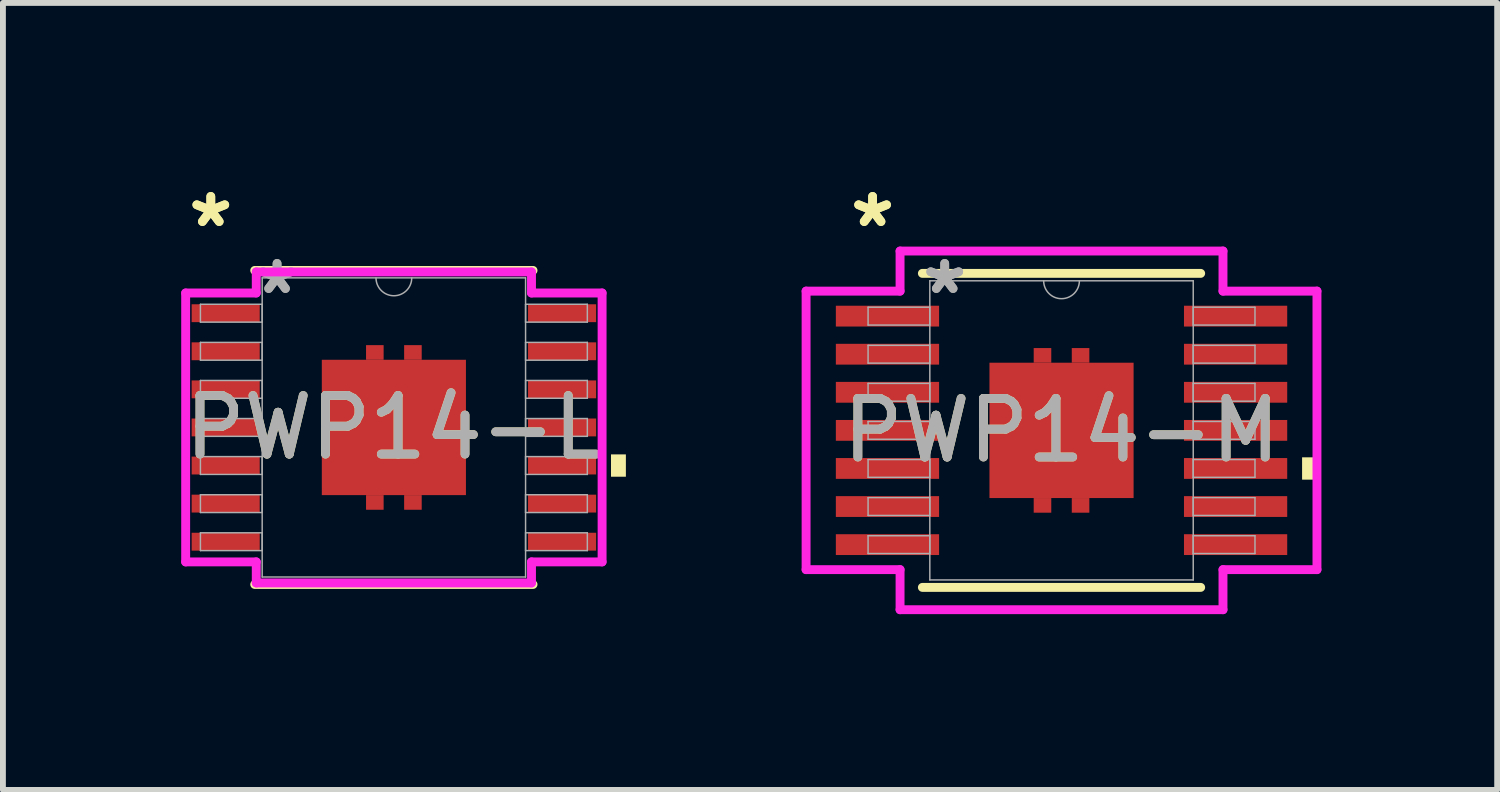
<source format=kicad_pcb>
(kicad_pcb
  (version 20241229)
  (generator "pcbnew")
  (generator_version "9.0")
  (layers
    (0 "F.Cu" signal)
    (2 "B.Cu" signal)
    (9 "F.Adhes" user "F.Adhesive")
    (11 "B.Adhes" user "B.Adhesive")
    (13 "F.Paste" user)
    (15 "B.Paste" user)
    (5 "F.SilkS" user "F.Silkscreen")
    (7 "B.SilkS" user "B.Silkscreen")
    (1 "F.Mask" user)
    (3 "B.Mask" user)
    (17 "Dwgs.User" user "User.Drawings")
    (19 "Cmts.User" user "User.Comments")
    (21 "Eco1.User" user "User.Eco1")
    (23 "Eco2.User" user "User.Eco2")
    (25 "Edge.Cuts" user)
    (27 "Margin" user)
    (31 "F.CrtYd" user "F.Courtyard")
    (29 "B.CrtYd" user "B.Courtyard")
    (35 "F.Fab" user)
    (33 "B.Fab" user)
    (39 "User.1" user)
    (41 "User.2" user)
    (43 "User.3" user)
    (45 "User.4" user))
  (footprint "PWP14-M"
    (layer "F.Cu")
    (at 15.069 4.296)
    (property "Reference" "PWP14-M" (at 0 0 0) (unlocked yes) (layer "F.SilkS") (effects (font (size 1 1) (thickness 0.15))))
    (attr smd)
    (fp_poly (pts (xy -0.175 -1.155) (xy -0.175 -1.405) (xy -0.475 -1.405) (xy -0.475 -1.155)) (stroke (width 0) (type solid)) (fill yes) (layer "F.Cu"))
    (fp_poly (pts (xy -0.175 1.155) (xy -0.175 1.405) (xy -0.475 1.405) (xy -0.475 1.155)) (stroke (width 0) (type solid)) (fill yes) (layer "F.Cu"))
    (fp_poly (pts (xy 0.175 -1.155) (xy 0.175 -1.405) (xy 0.475 -1.405) (xy 0.475 -1.155)) (stroke (width 0) (type solid)) (fill yes) (layer "F.Cu"))
    (fp_poly (pts (xy 0.175 1.155) (xy 0.175 1.405) (xy 0.475 1.405) (xy 0.475 1.155)) (stroke (width 0) (type solid)) (fill yes) (layer "F.Cu"))
    (fp_poly (pts (xy -0.175 -1.155) (xy -0.175 -1.405) (xy -0.475 -1.405) (xy -0.475 -1.155)) (stroke (width 0) (type solid)) (fill yes) (layer "F.Mask"))
    (fp_poly (pts (xy -0.175 1.155) (xy -0.175 1.405) (xy -0.475 1.405) (xy -0.475 1.155)) (stroke (width 0) (type solid)) (fill yes) (layer "F.Mask"))
    (fp_poly (pts (xy 0.175 -1.155) (xy 0.175 -1.405) (xy 0.475 -1.405) (xy 0.475 -1.155)) (stroke (width 0) (type solid)) (fill yes) (layer "F.Mask"))
    (fp_poly (pts (xy 0.175 1.155) (xy 0.175 1.405) (xy 0.475 1.405) (xy 0.475 1.155)) (stroke (width 0) (type solid)) (fill yes) (layer "F.Mask"))
    (fp_line (start -2.375 2.68) (end 2.375 2.68) (stroke (width 0.152) (type solid)) (layer "F.SilkS"))
    (fp_line (start 2.375 -2.68) (end -2.375 -2.68) (stroke (width 0.152) (type solid)) (layer "F.SilkS"))
    (fp_poly (pts (xy 4.36 0.46) (xy 4.36 0.841) (xy 4.106 0.841) (xy 4.106 0.46)) (stroke (width 0) (type solid)) (fill yes) (layer "F.SilkS"))
    (fp_line (start -4.36 -2.377) (end -2.756 -2.377) (stroke (width 0.152) (type solid)) (layer "F.CrtYd"))
    (fp_line (start -4.36 2.377) (end -4.36 -2.377) (stroke (width 0.152) (type solid)) (layer "F.CrtYd"))
    (fp_line (start -4.36 2.377) (end -2.756 2.377) (stroke (width 0.152) (type solid)) (layer "F.CrtYd"))
    (fp_line (start -2.756 -3.061) (end 2.756 -3.061) (stroke (width 0.152) (type solid)) (layer "F.CrtYd"))
    (fp_line (start -2.756 -2.377) (end -2.756 -3.061) (stroke (width 0.152) (type solid)) (layer "F.CrtYd"))
    (fp_line (start -2.756 3.061) (end -2.756 2.377) (stroke (width 0.152) (type solid)) (layer "F.CrtYd"))
    (fp_line (start 2.756 -3.061) (end 2.756 -2.377) (stroke (width 0.152) (type solid)) (layer "F.CrtYd"))
    (fp_line (start 2.756 2.377) (end 2.756 3.061) (stroke (width 0.152) (type solid)) (layer "F.CrtYd"))
    (fp_line (start 2.756 3.061) (end -2.756 3.061) (stroke (width 0.152) (type solid)) (layer "F.CrtYd"))
    (fp_line (start 4.36 -2.377) (end 2.756 -2.377) (stroke (width 0.152) (type solid)) (layer "F.CrtYd"))
    (fp_line (start 4.36 -2.377) (end 4.36 2.377) (stroke (width 0.152) (type solid)) (layer "F.CrtYd"))
    (fp_line (start 4.36 2.377) (end 2.756 2.377) (stroke (width 0.152) (type solid)) (layer "F.CrtYd"))
    (fp_line (start -3.302 -2.102) (end -3.302 -1.798) (stroke (width 0.025) (type solid)) (layer "F.Fab"))
    (fp_line (start -3.302 -1.798) (end -2.248 -1.798) (stroke (width 0.025) (type solid)) (layer "F.Fab"))
    (fp_line (start -3.302 -1.452) (end -3.302 -1.148) (stroke (width 0.025) (type solid)) (layer "F.Fab"))
    (fp_line (start -3.302 -1.148) (end -2.248 -1.148) (stroke (width 0.025) (type solid)) (layer "F.Fab"))
    (fp_line (start -3.302 -0.802) (end -3.302 -0.498) (stroke (width 0.025) (type solid)) (layer "F.Fab"))
    (fp_line (start -3.302 -0.498) (end -2.248 -0.498) (stroke (width 0.025) (type solid)) (layer "F.Fab"))
    (fp_line (start -3.302 -0.152) (end -3.302 0.152) (stroke (width 0.025) (type solid)) (layer "F.Fab"))
    (fp_line (start -3.302 0.152) (end -2.248 0.152) (stroke (width 0.025) (type solid)) (layer "F.Fab"))
    (fp_line (start -3.302 0.498) (end -3.302 0.802) (stroke (width 0.025) (type solid)) (layer "F.Fab"))
    (fp_line (start -3.302 0.802) (end -2.248 0.802) (stroke (width 0.025) (type solid)) (layer "F.Fab"))
    (fp_line (start -3.302 1.148) (end -3.302 1.452) (stroke (width 0.025) (type solid)) (layer "F.Fab"))
    (fp_line (start -3.302 1.452) (end -2.248 1.452) (stroke (width 0.025) (type solid)) (layer "F.Fab"))
    (fp_line (start -3.302 1.798) (end -3.302 2.102) (stroke (width 0.025) (type solid)) (layer "F.Fab"))
    (fp_line (start -3.302 2.102) (end -2.248 2.102) (stroke (width 0.025) (type solid)) (layer "F.Fab"))
    (fp_line (start -2.248 -2.553) (end -2.248 2.553) (stroke (width 0.025) (type solid)) (layer "F.Fab"))
    (fp_line (start -2.248 -2.102) (end -3.302 -2.102) (stroke (width 0.025) (type solid)) (layer "F.Fab"))
    (fp_line (start -2.248 -1.798) (end -2.248 -2.102) (stroke (width 0.025) (type solid)) (layer "F.Fab"))
    (fp_line (start -2.248 -1.452) (end -3.302 -1.452) (stroke (width 0.025) (type solid)) (layer "F.Fab"))
    (fp_line (start -2.248 -1.148) (end -2.248 -1.452) (stroke (width 0.025) (type solid)) (layer "F.Fab"))
    (fp_line (start -2.248 -0.802) (end -3.302 -0.802) (stroke (width 0.025) (type solid)) (layer "F.Fab"))
    (fp_line (start -2.248 -0.498) (end -2.248 -0.802) (stroke (width 0.025) (type solid)) (layer "F.Fab"))
    (fp_line (start -2.248 -0.152) (end -3.302 -0.152) (stroke (width 0.025) (type solid)) (layer "F.Fab"))
    (fp_line (start -2.248 0.152) (end -2.248 -0.152) (stroke (width 0.025) (type solid)) (layer "F.Fab"))
    (fp_line (start -2.248 0.498) (end -3.302 0.498) (stroke (width 0.025) (type solid)) (layer "F.Fab"))
    (fp_line (start -2.248 0.802) (end -2.248 0.498) (stroke (width 0.025) (type solid)) (layer "F.Fab"))
    (fp_line (start -2.248 1.148) (end -3.302 1.148) (stroke (width 0.025) (type solid)) (layer "F.Fab"))
    (fp_line (start -2.248 1.452) (end -2.248 1.148) (stroke (width 0.025) (type solid)) (layer "F.Fab"))
    (fp_line (start -2.248 1.798) (end -3.302 1.798) (stroke (width 0.025) (type solid)) (layer "F.Fab"))
    (fp_line (start -2.248 2.102) (end -2.248 1.798) (stroke (width 0.025) (type solid)) (layer "F.Fab"))
    (fp_line (start -2.248 2.553) (end 2.248 2.553) (stroke (width 0.025) (type solid)) (layer "F.Fab"))
    (fp_line (start 2.248 -2.553) (end -2.248 -2.553) (stroke (width 0.025) (type solid)) (layer "F.Fab"))
    (fp_line (start 2.248 -2.102) (end 2.248 -1.798) (stroke (width 0.025) (type solid)) (layer "F.Fab"))
    (fp_line (start 2.248 -1.798) (end 3.302 -1.798) (stroke (width 0.025) (type solid)) (layer "F.Fab"))
    (fp_line (start 2.248 -1.452) (end 2.248 -1.148) (stroke (width 0.025) (type solid)) (layer "F.Fab"))
    (fp_line (start 2.248 -1.148) (end 3.302 -1.148) (stroke (width 0.025) (type solid)) (layer "F.Fab"))
    (fp_line (start 2.248 -0.802) (end 2.248 -0.498) (stroke (width 0.025) (type solid)) (layer "F.Fab"))
    (fp_line (start 2.248 -0.498) (end 3.302 -0.498) (stroke (width 0.025) (type solid)) (layer "F.Fab"))
    (fp_line (start 2.248 -0.152) (end 2.248 0.152) (stroke (width 0.025) (type solid)) (layer "F.Fab"))
    (fp_line (start 2.248 0.152) (end 3.302 0.152) (stroke (width 0.025) (type solid)) (layer "F.Fab"))
    (fp_line (start 2.248 0.498) (end 2.248 0.802) (stroke (width 0.025) (type solid)) (layer "F.Fab"))
    (fp_line (start 2.248 0.802) (end 3.302 0.802) (stroke (width 0.025) (type solid)) (layer "F.Fab"))
    (fp_line (start 2.248 1.148) (end 2.248 1.452) (stroke (width 0.025) (type solid)) (layer "F.Fab"))
    (fp_line (start 2.248 1.452) (end 3.302 1.452) (stroke (width 0.025) (type solid)) (layer "F.Fab"))
    (fp_line (start 2.248 1.798) (end 2.248 2.102) (stroke (width 0.025) (type solid)) (layer "F.Fab"))
    (fp_line (start 2.248 2.102) (end 3.302 2.102) (stroke (width 0.025) (type solid)) (layer "F.Fab"))
    (fp_line (start 2.248 2.553) (end 2.248 -2.553) (stroke (width 0.025) (type solid)) (layer "F.Fab"))
    (fp_line (start 3.302 -2.102) (end 2.248 -2.102) (stroke (width 0.025) (type solid)) (layer "F.Fab"))
    (fp_line (start 3.302 -1.798) (end 3.302 -2.102) (stroke (width 0.025) (type solid)) (layer "F.Fab"))
    (fp_line (start 3.302 -1.452) (end 2.248 -1.452) (stroke (width 0.025) (type solid)) (layer "F.Fab"))
    (fp_line (start 3.302 -1.148) (end 3.302 -1.452) (stroke (width 0.025) (type solid)) (layer "F.Fab"))
    (fp_line (start 3.302 -0.802) (end 2.248 -0.802) (stroke (width 0.025) (type solid)) (layer "F.Fab"))
    (fp_line (start 3.302 -0.498) (end 3.302 -0.802) (stroke (width 0.025) (type solid)) (layer "F.Fab"))
    (fp_line (start 3.302 -0.152) (end 2.248 -0.152) (stroke (width 0.025) (type solid)) (layer "F.Fab"))
    (fp_line (start 3.302 0.152) (end 3.302 -0.152) (stroke (width 0.025) (type solid)) (layer "F.Fab"))
    (fp_line (start 3.302 0.498) (end 2.248 0.498) (stroke (width 0.025) (type solid)) (layer "F.Fab"))
    (fp_line (start 3.302 0.802) (end 3.302 0.498) (stroke (width 0.025) (type solid)) (layer "F.Fab"))
    (fp_line (start 3.302 1.148) (end 2.248 1.148) (stroke (width 0.025) (type solid)) (layer "F.Fab"))
    (fp_line (start 3.302 1.452) (end 3.302 1.148) (stroke (width 0.025) (type solid)) (layer "F.Fab"))
    (fp_line (start 3.302 1.798) (end 2.248 1.798) (stroke (width 0.025) (type solid)) (layer "F.Fab"))
    (fp_line (start 3.302 2.102) (end 3.302 1.798) (stroke (width 0.025) (type solid)) (layer "F.Fab"))
    (fp_arc (start 0.3048 -2.5527) (mid 0 -2.2479) (end -0.3048 -2.5527) (stroke (width 0.0254) (type solid)) (layer "F.Fab"))
    (fp_text user "*" (at -3.225 -3.448 0) (unlocked yes) (layer "F.SilkS") (effects (font (size 1 1) (thickness 0.15))))
    (fp_text user "*" (at -3.225 -3.448 0) (layer "F.SilkS") (effects (font (size 1 1) (thickness 0.15))))
    (fp_text user "${REFERENCE}" (at 0 0 0) (unlocked yes) (layer "F.Fab") (effects (font (size 1 1) (thickness 0.15))))
    (fp_text user "*" (at -1.994 -2.305 0) (layer "F.Fab") (effects (font (size 1 1) (thickness 0.15))))
    (fp_text user "*" (at -1.994 -2.305 0) (unlocked yes) (layer "F.Fab") (effects (font (size 1 1) (thickness 0.15))))
    (pad "1" smd rect (at -2.971 -1.95) (size 1.762 0.355) (layers "F.Cu" "F.Mask" "F.Paste"))
    (pad "2" smd rect (at -2.971 -1.3) (size 1.762 0.355) (layers "F.Cu" "F.Mask" "F.Paste"))
    (pad "3" smd rect (at -2.971 -0.65) (size 1.762 0.355) (layers "F.Cu" "F.Mask" "F.Paste"))
    (pad "4" smd rect (at -2.971 0) (size 1.762 0.355) (layers "F.Cu" "F.Mask" "F.Paste"))
    (pad "5" smd rect (at -2.971 0.65) (size 1.762 0.355) (layers "F.Cu" "F.Mask" "F.Paste"))
    (pad "6" smd rect (at -2.971 1.3) (size 1.762 0.355) (layers "F.Cu" "F.Mask" "F.Paste"))
    (pad "7" smd rect (at -2.971 1.95) (size 1.762 0.355) (layers "F.Cu" "F.Mask" "F.Paste"))
    (pad "8" smd rect (at 2.971 1.95) (size 1.762 0.355) (layers "F.Cu" "F.Mask" "F.Paste"))
    (pad "9" smd rect (at 2.971 1.3) (size 1.762 0.355) (layers "F.Cu" "F.Mask" "F.Paste"))
    (pad "10" smd rect (at 2.971 0.65) (size 1.762 0.355) (layers "F.Cu" "F.Mask" "F.Paste"))
    (pad "11" smd rect (at 2.971 0) (size 1.762 0.355) (layers "F.Cu" "F.Mask" "F.Paste"))
    (pad "12" smd rect (at 2.971 -0.65) (size 1.762 0.355) (layers "F.Cu" "F.Mask" "F.Paste"))
    (pad "13" smd rect (at 2.971 -1.3) (size 1.762 0.355) (layers "F.Cu" "F.Mask" "F.Paste"))
    (pad "14" smd rect (at 2.971 -1.95) (size 1.762 0.355) (layers "F.Cu" "F.Mask" "F.Paste"))
    (pad "15" smd rect (at 0 0) (size 2.46 2.31) (layers "F.Cu" "F.Mask" "F.Paste")))
  (footprint "PWP14-L"
    (layer "F.Cu")
    (at 3.673 4.246)
    (property "Reference" "PWP14-L" (at 0 0 0) (unlocked yes) (layer "F.SilkS") (effects (font (size 1 1) (thickness 0.15))))
    (attr smd)
    (fp_poly (pts (xy -0.175 -1.155) (xy -0.175 -1.405) (xy -0.475 -1.405) (xy -0.475 -1.155)) (stroke (width 0) (type solid)) (fill yes) (layer "F.Cu"))
    (fp_poly (pts (xy -0.175 1.155) (xy -0.175 1.405) (xy -0.475 1.405) (xy -0.475 1.155)) (stroke (width 0) (type solid)) (fill yes) (layer "F.Cu"))
    (fp_poly (pts (xy 0.175 -1.155) (xy 0.175 -1.405) (xy 0.475 -1.405) (xy 0.475 -1.155)) (stroke (width 0) (type solid)) (fill yes) (layer "F.Cu"))
    (fp_poly (pts (xy 0.175 1.155) (xy 0.175 1.405) (xy 0.475 1.405) (xy 0.475 1.155)) (stroke (width 0) (type solid)) (fill yes) (layer "F.Cu"))
    (fp_poly (pts (xy -0.175 -1.155) (xy -0.175 -1.405) (xy -0.475 -1.405) (xy -0.475 -1.155)) (stroke (width 0) (type solid)) (fill yes) (layer "F.Mask"))
    (fp_poly (pts (xy -0.175 1.155) (xy -0.175 1.405) (xy -0.475 1.405) (xy -0.475 1.155)) (stroke (width 0) (type solid)) (fill yes) (layer "F.Mask"))
    (fp_poly (pts (xy 0.175 -1.155) (xy 0.175 -1.405) (xy 0.475 -1.405) (xy 0.475 -1.155)) (stroke (width 0) (type solid)) (fill yes) (layer "F.Mask"))
    (fp_poly (pts (xy 0.175 1.155) (xy 0.175 1.405) (xy 0.475 1.405) (xy 0.475 1.155)) (stroke (width 0) (type solid)) (fill yes) (layer "F.Mask"))
    (fp_line (start -2.375 2.68) (end 2.375 2.68) (stroke (width 0.152) (type solid)) (layer "F.SilkS"))
    (fp_line (start 2.375 -2.68) (end -2.375 -2.68) (stroke (width 0.152) (type solid)) (layer "F.SilkS"))
    (fp_poly (pts (xy 3.96 0.46) (xy 3.96 0.841) (xy 3.706 0.841) (xy 3.706 0.46)) (stroke (width 0) (type solid)) (fill yes) (layer "F.SilkS"))
    (fp_line (start -3.554 -2.295) (end -2.349 -2.295) (stroke (width 0.152) (type solid)) (layer "F.CrtYd"))
    (fp_line (start -3.554 2.295) (end -3.554 -2.295) (stroke (width 0.152) (type solid)) (layer "F.CrtYd"))
    (fp_line (start -3.554 2.295) (end -2.349 2.295) (stroke (width 0.152) (type solid)) (layer "F.CrtYd"))
    (fp_line (start -2.349 -2.654) (end 2.349 -2.654) (stroke (width 0.152) (type solid)) (layer "F.CrtYd"))
    (fp_line (start -2.349 -2.295) (end -2.349 -2.654) (stroke (width 0.152) (type solid)) (layer "F.CrtYd"))
    (fp_line (start -2.349 2.654) (end -2.349 2.295) (stroke (width 0.152) (type solid)) (layer "F.CrtYd"))
    (fp_line (start 2.349 -2.654) (end 2.349 -2.295) (stroke (width 0.152) (type solid)) (layer "F.CrtYd"))
    (fp_line (start 2.349 2.295) (end 2.349 2.654) (stroke (width 0.152) (type solid)) (layer "F.CrtYd"))
    (fp_line (start 2.349 2.654) (end -2.349 2.654) (stroke (width 0.152) (type solid)) (layer "F.CrtYd"))
    (fp_line (start 3.554 -2.295) (end 2.349 -2.295) (stroke (width 0.152) (type solid)) (layer "F.CrtYd"))
    (fp_line (start 3.554 -2.295) (end 3.554 2.295) (stroke (width 0.152) (type solid)) (layer "F.CrtYd"))
    (fp_line (start 3.554 2.295) (end 2.349 2.295) (stroke (width 0.152) (type solid)) (layer "F.CrtYd"))
    (fp_line (start -3.302 -2.102) (end -3.302 -1.798) (stroke (width 0.025) (type solid)) (layer "F.Fab"))
    (fp_line (start -3.302 -1.798) (end -2.248 -1.798) (stroke (width 0.025) (type solid)) (layer "F.Fab"))
    (fp_line (start -3.302 -1.452) (end -3.302 -1.148) (stroke (width 0.025) (type solid)) (layer "F.Fab"))
    (fp_line (start -3.302 -1.148) (end -2.248 -1.148) (stroke (width 0.025) (type solid)) (layer "F.Fab"))
    (fp_line (start -3.302 -0.802) (end -3.302 -0.498) (stroke (width 0.025) (type solid)) (layer "F.Fab"))
    (fp_line (start -3.302 -0.498) (end -2.248 -0.498) (stroke (width 0.025) (type solid)) (layer "F.Fab"))
    (fp_line (start -3.302 -0.152) (end -3.302 0.152) (stroke (width 0.025) (type solid)) (layer "F.Fab"))
    (fp_line (start -3.302 0.152) (end -2.248 0.152) (stroke (width 0.025) (type solid)) (layer "F.Fab"))
    (fp_line (start -3.302 0.498) (end -3.302 0.802) (stroke (width 0.025) (type solid)) (layer "F.Fab"))
    (fp_line (start -3.302 0.802) (end -2.248 0.802) (stroke (width 0.025) (type solid)) (layer "F.Fab"))
    (fp_line (start -3.302 1.148) (end -3.302 1.452) (stroke (width 0.025) (type solid)) (layer "F.Fab"))
    (fp_line (start -3.302 1.452) (end -2.248 1.452) (stroke (width 0.025) (type solid)) (layer "F.Fab"))
    (fp_line (start -3.302 1.798) (end -3.302 2.102) (stroke (width 0.025) (type solid)) (layer "F.Fab"))
    (fp_line (start -3.302 2.102) (end -2.248 2.102) (stroke (width 0.025) (type solid)) (layer "F.Fab"))
    (fp_line (start -2.248 -2.553) (end -2.248 2.553) (stroke (width 0.025) (type solid)) (layer "F.Fab"))
    (fp_line (start -2.248 -2.102) (end -3.302 -2.102) (stroke (width 0.025) (type solid)) (layer "F.Fab"))
    (fp_line (start -2.248 -1.798) (end -2.248 -2.102) (stroke (width 0.025) (type solid)) (layer "F.Fab"))
    (fp_line (start -2.248 -1.452) (end -3.302 -1.452) (stroke (width 0.025) (type solid)) (layer "F.Fab"))
    (fp_line (start -2.248 -1.148) (end -2.248 -1.452) (stroke (width 0.025) (type solid)) (layer "F.Fab"))
    (fp_line (start -2.248 -0.802) (end -3.302 -0.802) (stroke (width 0.025) (type solid)) (layer "F.Fab"))
    (fp_line (start -2.248 -0.498) (end -2.248 -0.802) (stroke (width 0.025) (type solid)) (layer "F.Fab"))
    (fp_line (start -2.248 -0.152) (end -3.302 -0.152) (stroke (width 0.025) (type solid)) (layer "F.Fab"))
    (fp_line (start -2.248 0.152) (end -2.248 -0.152) (stroke (width 0.025) (type solid)) (layer "F.Fab"))
    (fp_line (start -2.248 0.498) (end -3.302 0.498) (stroke (width 0.025) (type solid)) (layer "F.Fab"))
    (fp_line (start -2.248 0.802) (end -2.248 0.498) (stroke (width 0.025) (type solid)) (layer "F.Fab"))
    (fp_line (start -2.248 1.148) (end -3.302 1.148) (stroke (width 0.025) (type solid)) (layer "F.Fab"))
    (fp_line (start -2.248 1.452) (end -2.248 1.148) (stroke (width 0.025) (type solid)) (layer "F.Fab"))
    (fp_line (start -2.248 1.798) (end -3.302 1.798) (stroke (width 0.025) (type solid)) (layer "F.Fab"))
    (fp_line (start -2.248 2.102) (end -2.248 1.798) (stroke (width 0.025) (type solid)) (layer "F.Fab"))
    (fp_line (start -2.248 2.553) (end 2.248 2.553) (stroke (width 0.025) (type solid)) (layer "F.Fab"))
    (fp_line (start 2.248 -2.553) (end -2.248 -2.553) (stroke (width 0.025) (type solid)) (layer "F.Fab"))
    (fp_line (start 2.248 -2.102) (end 2.248 -1.798) (stroke (width 0.025) (type solid)) (layer "F.Fab"))
    (fp_line (start 2.248 -1.798) (end 3.302 -1.798) (stroke (width 0.025) (type solid)) (layer "F.Fab"))
    (fp_line (start 2.248 -1.452) (end 2.248 -1.148) (stroke (width 0.025) (type solid)) (layer "F.Fab"))
    (fp_line (start 2.248 -1.148) (end 3.302 -1.148) (stroke (width 0.025) (type solid)) (layer "F.Fab"))
    (fp_line (start 2.248 -0.802) (end 2.248 -0.498) (stroke (width 0.025) (type solid)) (layer "F.Fab"))
    (fp_line (start 2.248 -0.498) (end 3.302 -0.498) (stroke (width 0.025) (type solid)) (layer "F.Fab"))
    (fp_line (start 2.248 -0.152) (end 2.248 0.152) (stroke (width 0.025) (type solid)) (layer "F.Fab"))
    (fp_line (start 2.248 0.152) (end 3.302 0.152) (stroke (width 0.025) (type solid)) (layer "F.Fab"))
    (fp_line (start 2.248 0.498) (end 2.248 0.802) (stroke (width 0.025) (type solid)) (layer "F.Fab"))
    (fp_line (start 2.248 0.802) (end 3.302 0.802) (stroke (width 0.025) (type solid)) (layer "F.Fab"))
    (fp_line (start 2.248 1.148) (end 2.248 1.452) (stroke (width 0.025) (type solid)) (layer "F.Fab"))
    (fp_line (start 2.248 1.452) (end 3.302 1.452) (stroke (width 0.025) (type solid)) (layer "F.Fab"))
    (fp_line (start 2.248 1.798) (end 2.248 2.102) (stroke (width 0.025) (type solid)) (layer "F.Fab"))
    (fp_line (start 2.248 2.102) (end 3.302 2.102) (stroke (width 0.025) (type solid)) (layer "F.Fab"))
    (fp_line (start 2.248 2.553) (end 2.248 -2.553) (stroke (width 0.025) (type solid)) (layer "F.Fab"))
    (fp_line (start 3.302 -2.102) (end 2.248 -2.102) (stroke (width 0.025) (type solid)) (layer "F.Fab"))
    (fp_line (start 3.302 -1.798) (end 3.302 -2.102) (stroke (width 0.025) (type solid)) (layer "F.Fab"))
    (fp_line (start 3.302 -1.452) (end 2.248 -1.452) (stroke (width 0.025) (type solid)) (layer "F.Fab"))
    (fp_line (start 3.302 -1.148) (end 3.302 -1.452) (stroke (width 0.025) (type solid)) (layer "F.Fab"))
    (fp_line (start 3.302 -0.802) (end 2.248 -0.802) (stroke (width 0.025) (type solid)) (layer "F.Fab"))
    (fp_line (start 3.302 -0.498) (end 3.302 -0.802) (stroke (width 0.025) (type solid)) (layer "F.Fab"))
    (fp_line (start 3.302 -0.152) (end 2.248 -0.152) (stroke (width 0.025) (type solid)) (layer "F.Fab"))
    (fp_line (start 3.302 0.152) (end 3.302 -0.152) (stroke (width 0.025) (type solid)) (layer "F.Fab"))
    (fp_line (start 3.302 0.498) (end 2.248 0.498) (stroke (width 0.025) (type solid)) (layer "F.Fab"))
    (fp_line (start 3.302 0.802) (end 3.302 0.498) (stroke (width 0.025) (type solid)) (layer "F.Fab"))
    (fp_line (start 3.302 1.148) (end 2.248 1.148) (stroke (width 0.025) (type solid)) (layer "F.Fab"))
    (fp_line (start 3.302 1.452) (end 3.302 1.148) (stroke (width 0.025) (type solid)) (layer "F.Fab"))
    (fp_line (start 3.302 1.798) (end 2.248 1.798) (stroke (width 0.025) (type solid)) (layer "F.Fab"))
    (fp_line (start 3.302 2.102) (end 3.302 1.798) (stroke (width 0.025) (type solid)) (layer "F.Fab"))
    (fp_arc (start 0.3048 -2.5527) (mid 0 -2.2479) (end -0.3048 -2.5527) (stroke (width 0.0254) (type solid)) (layer "F.Fab"))
    (fp_text user "*" (at -3.125 -3.398 0) (layer "F.SilkS") (effects (font (size 1 1) (thickness 0.15))))
    (fp_text user "*" (at -3.125 -3.398 0) (unlocked yes) (layer "F.SilkS") (effects (font (size 1 1) (thickness 0.15))))
    (fp_text user "*" (at -1.994 -2.255 0) (unlocked yes) (layer "F.Fab") (effects (font (size 1 1) (thickness 0.15))))
    (fp_text user "*" (at -1.994 -2.255 0) (layer "F.Fab") (effects (font (size 1 1) (thickness 0.15))))
    (fp_text user "${REFERENCE}" (at 0 0 0) (unlocked yes) (layer "F.Fab") (effects (font (size 1 1) (thickness 0.15))))
    (pad "1" smd rect (at -2.871 -1.95) (size 1.162 0.305) (layers "F.Cu" "F.Mask" "F.Paste"))
    (pad "2" smd rect (at -2.871 -1.3) (size 1.162 0.305) (layers "F.Cu" "F.Mask" "F.Paste"))
    (pad "3" smd rect (at -2.871 -0.65) (size 1.162 0.305) (layers "F.Cu" "F.Mask" "F.Paste"))
    (pad "4" smd rect (at -2.871 0) (size 1.162 0.305) (layers "F.Cu" "F.Mask" "F.Paste"))
    (pad "5" smd rect (at -2.871 0.65) (size 1.162 0.305) (layers "F.Cu" "F.Mask" "F.Paste"))
    (pad "6" smd rect (at -2.871 1.3) (size 1.162 0.305) (layers "F.Cu" "F.Mask" "F.Paste"))
    (pad "7" smd rect (at -2.871 1.95) (size 1.162 0.305) (layers "F.Cu" "F.Mask" "F.Paste"))
    (pad "8" smd rect (at 2.871 1.95) (size 1.162 0.305) (layers "F.Cu" "F.Mask" "F.Paste"))
    (pad "9" smd rect (at 2.871 1.3) (size 1.162 0.305) (layers "F.Cu" "F.Mask" "F.Paste"))
    (pad "10" smd rect (at 2.871 0.65) (size 1.162 0.305) (layers "F.Cu" "F.Mask" "F.Paste"))
    (pad "11" smd rect (at 2.871 0) (size 1.162 0.305) (layers "F.Cu" "F.Mask" "F.Paste"))
    (pad "12" smd rect (at 2.871 -0.65) (size 1.162 0.305) (layers "F.Cu" "F.Mask" "F.Paste"))
    (pad "13" smd rect (at 2.871 -1.3) (size 1.162 0.305) (layers "F.Cu" "F.Mask" "F.Paste"))
    (pad "14" smd rect (at 2.871 -1.95) (size 1.162 0.305) (layers "F.Cu" "F.Mask" "F.Paste"))
    (pad "15" smd rect (at 0 0) (size 2.46 2.31) (layers "F.Cu" "F.Mask" "F.Paste")))
  (gr_rect
    (start -3 -3)
    (end 22.505 10.433)
    (stroke (width 0.1) (type default))
    (fill no)
    (layer "Edge.Cuts")))
</source>
